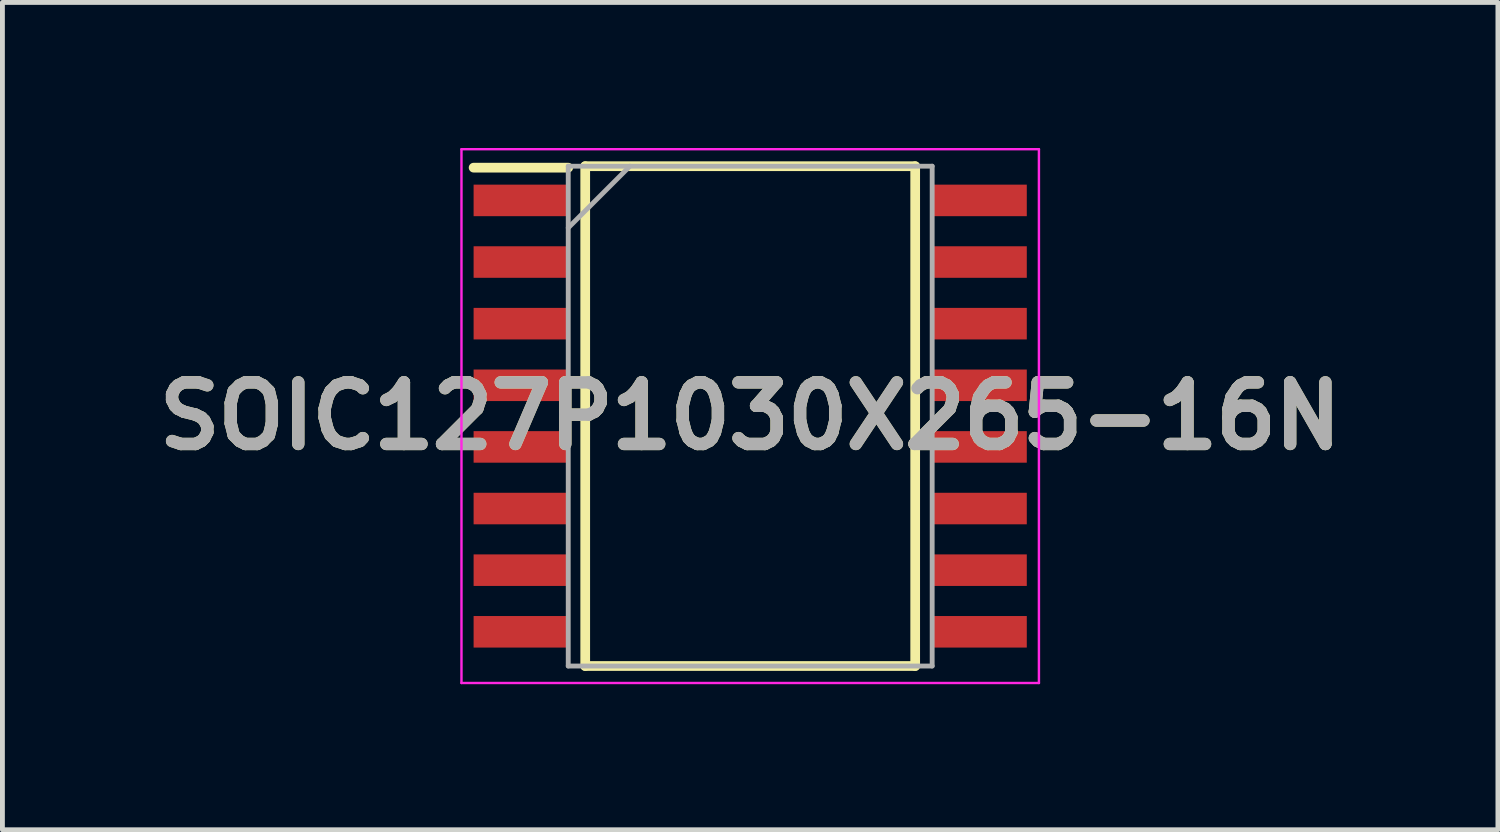
<source format=kicad_pcb>
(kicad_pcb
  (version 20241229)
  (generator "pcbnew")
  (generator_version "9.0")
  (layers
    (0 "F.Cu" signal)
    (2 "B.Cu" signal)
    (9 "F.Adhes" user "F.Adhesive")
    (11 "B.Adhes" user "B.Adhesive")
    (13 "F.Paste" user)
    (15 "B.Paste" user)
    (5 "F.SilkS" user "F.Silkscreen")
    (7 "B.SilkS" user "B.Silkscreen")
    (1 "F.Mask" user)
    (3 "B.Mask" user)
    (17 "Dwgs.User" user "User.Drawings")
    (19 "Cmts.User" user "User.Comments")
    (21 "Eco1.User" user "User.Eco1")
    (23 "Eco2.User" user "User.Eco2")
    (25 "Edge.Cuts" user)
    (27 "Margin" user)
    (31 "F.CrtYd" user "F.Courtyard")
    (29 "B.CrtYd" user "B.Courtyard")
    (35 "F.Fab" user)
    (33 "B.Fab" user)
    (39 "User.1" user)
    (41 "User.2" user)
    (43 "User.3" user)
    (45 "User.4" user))
  (footprint "SOIC127P1030X265-16N"
    (layer "F.Cu")
    (at 12.41 5.525)
    (property "Reference" "SOIC127P1030X265-16N" (at 0 0 0) (layer "F.SilkS") (effects (font (size 1.27 1.27) (thickness 0.254))))
    (attr smd)
    (fp_line (start -5.7 -5.12) (end -3.75 -5.12) (stroke (width 0.2) (type solid)) (layer "F.SilkS"))
    (fp_line (start -3.4 -5.15) (end 3.4 -5.15) (stroke (width 0.2) (type solid)) (layer "F.SilkS"))
    (fp_line (start -3.4 5.15) (end -3.4 -5.15) (stroke (width 0.2) (type solid)) (layer "F.SilkS"))
    (fp_line (start 3.4 -5.15) (end 3.4 5.15) (stroke (width 0.2) (type solid)) (layer "F.SilkS"))
    (fp_line (start 3.4 5.15) (end -3.4 5.15) (stroke (width 0.2) (type solid)) (layer "F.SilkS"))
    (fp_line (start -5.95 -5.5) (end 5.95 -5.5) (stroke (width 0.05) (type solid)) (layer "F.CrtYd"))
    (fp_line (start -5.95 5.5) (end -5.95 -5.5) (stroke (width 0.05) (type solid)) (layer "F.CrtYd"))
    (fp_line (start 5.95 -5.5) (end 5.95 5.5) (stroke (width 0.05) (type solid)) (layer "F.CrtYd"))
    (fp_line (start 5.95 5.5) (end -5.95 5.5) (stroke (width 0.05) (type solid)) (layer "F.CrtYd"))
    (fp_line (start -3.75 -5.15) (end 3.75 -5.15) (stroke (width 0.1) (type solid)) (layer "F.Fab"))
    (fp_line (start -3.75 -3.88) (end -2.48 -5.15) (stroke (width 0.1) (type solid)) (layer "F.Fab"))
    (fp_line (start -3.75 5.15) (end -3.75 -5.15) (stroke (width 0.1) (type solid)) (layer "F.Fab"))
    (fp_line (start 3.75 -5.15) (end 3.75 5.15) (stroke (width 0.1) (type solid)) (layer "F.Fab"))
    (fp_line (start 3.75 5.15) (end -3.75 5.15) (stroke (width 0.1) (type solid)) (layer "F.Fab"))
    (fp_text user "${REFERENCE}" (at 0 0 0) (layer "F.Fab") (effects (font (size 1.27 1.27) (thickness 0.254))))
    (pad "1" smd rect (at -4.725 -4.445 90) (size 0.65 1.95) (layers "F.Cu" "F.Mask" "F.Paste"))
    (pad "2" smd rect (at -4.725 -3.175 90) (size 0.65 1.95) (layers "F.Cu" "F.Mask" "F.Paste"))
    (pad "3" smd rect (at -4.725 -1.905 90) (size 0.65 1.95) (layers "F.Cu" "F.Mask" "F.Paste"))
    (pad "4" smd rect (at -4.725 -0.635 90) (size 0.65 1.95) (layers "F.Cu" "F.Mask" "F.Paste"))
    (pad "5" smd rect (at -4.725 0.635 90) (size 0.65 1.95) (layers "F.Cu" "F.Mask" "F.Paste"))
    (pad "6" smd rect (at -4.725 1.905 90) (size 0.65 1.95) (layers "F.Cu" "F.Mask" "F.Paste"))
    (pad "7" smd rect (at -4.725 3.175 90) (size 0.65 1.95) (layers "F.Cu" "F.Mask" "F.Paste"))
    (pad "8" smd rect (at -4.725 4.445 90) (size 0.65 1.95) (layers "F.Cu" "F.Mask" "F.Paste"))
    (pad "9" smd rect (at 4.725 4.445 90) (size 0.65 1.95) (layers "F.Cu" "F.Mask" "F.Paste"))
    (pad "10" smd rect (at 4.725 3.175 90) (size 0.65 1.95) (layers "F.Cu" "F.Mask" "F.Paste"))
    (pad "11" smd rect (at 4.725 1.905 90) (size 0.65 1.95) (layers "F.Cu" "F.Mask" "F.Paste"))
    (pad "12" smd rect (at 4.725 0.635 90) (size 0.65 1.95) (layers "F.Cu" "F.Mask" "F.Paste"))
    (pad "13" smd rect (at 4.725 -0.635 90) (size 0.65 1.95) (layers "F.Cu" "F.Mask" "F.Paste"))
    (pad "14" smd rect (at 4.725 -1.905 90) (size 0.65 1.95) (layers "F.Cu" "F.Mask" "F.Paste"))
    (pad "15" smd rect (at 4.725 -3.175 90) (size 0.65 1.95) (layers "F.Cu" "F.Mask" "F.Paste"))
    (pad "16" smd rect (at 4.725 -4.445 90) (size 0.65 1.95) (layers "F.Cu" "F.Mask" "F.Paste")))
  (gr_rect
    (start -3 -3)
    (end 27.819 14.05)
    (stroke (width 0.1) (type default))
    (fill no)
    (layer "Edge.Cuts")))
</source>
